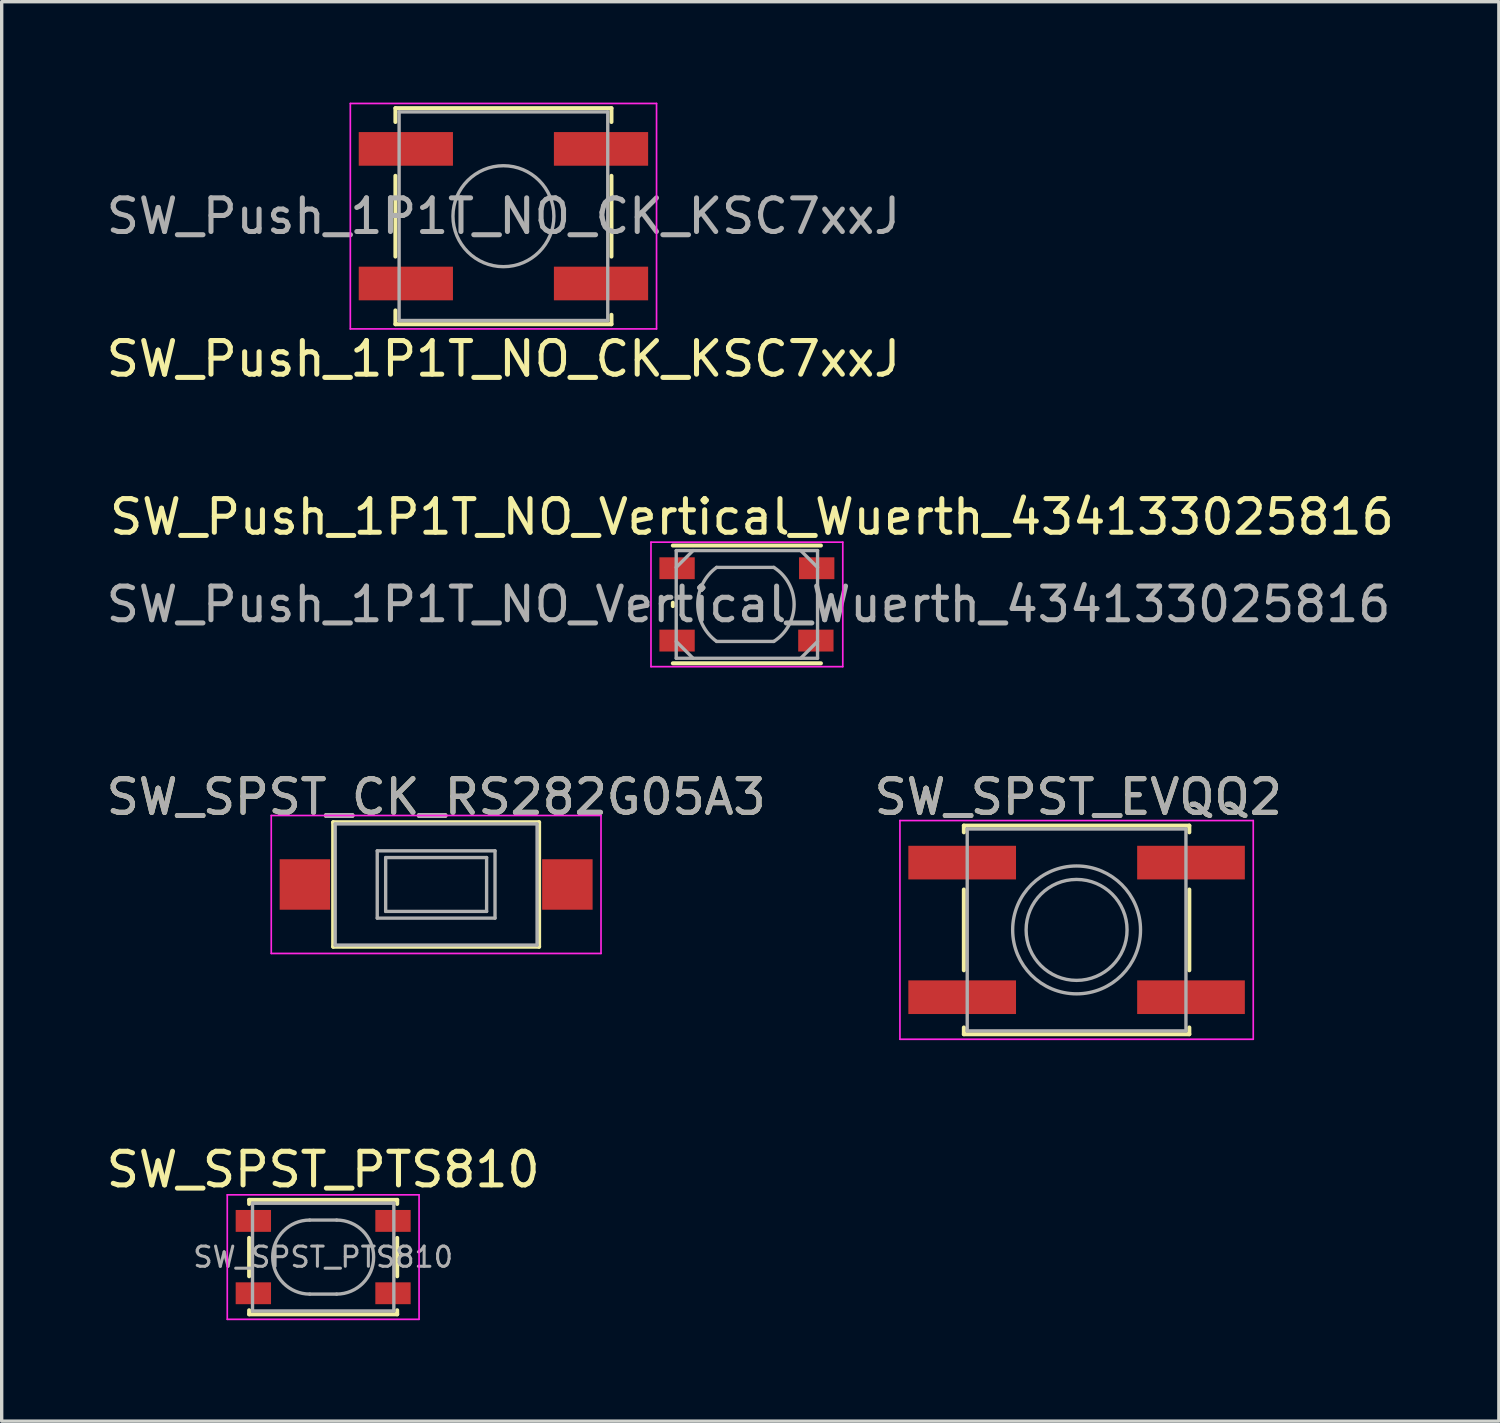
<source format=kicad_pcb>
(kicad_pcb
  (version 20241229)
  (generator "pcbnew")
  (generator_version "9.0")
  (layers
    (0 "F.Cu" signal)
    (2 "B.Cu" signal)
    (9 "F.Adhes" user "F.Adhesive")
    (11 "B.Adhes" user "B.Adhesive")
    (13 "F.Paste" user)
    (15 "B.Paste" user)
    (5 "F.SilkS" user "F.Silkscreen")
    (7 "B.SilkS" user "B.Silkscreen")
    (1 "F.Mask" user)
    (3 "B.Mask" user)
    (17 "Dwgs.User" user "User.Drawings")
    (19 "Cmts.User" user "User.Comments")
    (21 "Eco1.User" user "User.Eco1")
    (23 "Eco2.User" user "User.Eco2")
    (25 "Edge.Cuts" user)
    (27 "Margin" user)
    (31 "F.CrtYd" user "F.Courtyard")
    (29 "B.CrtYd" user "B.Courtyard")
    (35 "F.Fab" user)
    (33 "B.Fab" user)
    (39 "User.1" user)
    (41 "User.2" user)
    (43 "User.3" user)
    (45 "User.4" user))
  (footprint "SW_Push_1P1T_NO_CK_KSC7xxJ"
    (layer "F.Cu")
    (at 11.911 3.375)
    (property "Reference" "SW_Push_1P1T_NO_CK_KSC7xxJ" (at 0 4.24 0) (layer "F.SilkS") (effects (font (size 1 1) (thickness 0.15))))
    (attr smd)
    (fp_line (start -3.21 -3.21) (end -3.21 -2.8) (stroke (width 0.12) (type solid)) (layer "F.SilkS"))
    (fp_line (start -3.21 -1.2) (end -3.21 1.2) (stroke (width 0.12) (type solid)) (layer "F.SilkS"))
    (fp_line (start -3.21 2.8) (end -3.21 3.21) (stroke (width 0.12) (type solid)) (layer "F.SilkS"))
    (fp_line (start -3.21 3.21) (end 3.21 3.21) (stroke (width 0.12) (type solid)) (layer "F.SilkS"))
    (fp_line (start 3.21 -3.21) (end -3.21 -3.21) (stroke (width 0.12) (type solid)) (layer "F.SilkS"))
    (fp_line (start 3.21 -2.8) (end 3.21 -3.21) (stroke (width 0.12) (type solid)) (layer "F.SilkS"))
    (fp_line (start 3.21 1.2) (end 3.21 -1.2) (stroke (width 0.12) (type solid)) (layer "F.SilkS"))
    (fp_line (start 3.21 3.21) (end 3.21 2.93) (stroke (width 0.12) (type solid)) (layer "F.SilkS"))
    (fp_line (start -4.55 -3.35) (end 4.55 -3.35) (stroke (width 0.05) (type solid)) (layer "F.CrtYd"))
    (fp_line (start -4.55 3.35) (end -4.55 -3.35) (stroke (width 0.05) (type solid)) (layer "F.CrtYd"))
    (fp_line (start 4.55 -3.35) (end 4.55 3.35) (stroke (width 0.05) (type solid)) (layer "F.CrtYd"))
    (fp_line (start 4.55 3.35) (end -4.55 3.35) (stroke (width 0.05) (type solid)) (layer "F.CrtYd"))
    (fp_line (start -3.1 -3.1) (end 3.1 -3.1) (stroke (width 0.1) (type solid)) (layer "F.Fab"))
    (fp_line (start -3.1 3.1) (end -3.1 -3.1) (stroke (width 0.1) (type solid)) (layer "F.Fab"))
    (fp_line (start 3.1 -3.1) (end 3.1 3.1) (stroke (width 0.1) (type solid)) (layer "F.Fab"))
    (fp_line (start 3.1 3.1) (end -3.1 3.1) (stroke (width 0.1) (type solid)) (layer "F.Fab"))
    (fp_circle (center 0 0) (end 1.5 0) (stroke (width 0.1) (type solid)) (fill no) (layer "F.Fab"))
    (fp_text user "${REFERENCE}" (at 0 0 0) (layer "F.Fab") (effects (font (size 1 1) (thickness 0.15))))
    (pad "1" smd rect (at -2.9 -2) (size 2.8 1) (layers "F.Cu" "F.Mask" "F.Paste"))
    (pad "1" smd rect (at 2.9 -2) (size 2.8 1) (layers "F.Cu" "F.Mask" "F.Paste"))
    (pad "2" smd rect (at -2.9 2) (size 2.8 1) (layers "F.Cu" "F.Mask" "F.Paste"))
    (pad "2" smd rect (at 2.9 2) (size 2.8 1) (layers "F.Cu" "F.Mask" "F.Paste")))
  (footprint "SW_SPST_PTS810"
    (layer "F.Cu")
    (at 6.554 34.308)
    (property "Reference" "SW_SPST_PTS810" (at 0 -2.6 0) (layer "F.SilkS") (effects (font (size 1 1) (thickness 0.15))))
    (attr smd)
    (fp_line (start -2.2 -1.7) (end -2.2 -1.58) (stroke (width 0.12) (type solid)) (layer "F.SilkS"))
    (fp_line (start -2.2 -0.57) (end -2.2 0.57) (stroke (width 0.12) (type solid)) (layer "F.SilkS"))
    (fp_line (start -2.2 1.58) (end -2.2 1.7) (stroke (width 0.12) (type solid)) (layer "F.SilkS"))
    (fp_line (start -2.2 1.7) (end 2.2 1.7) (stroke (width 0.12) (type solid)) (layer "F.SilkS"))
    (fp_line (start 2.2 -1.7) (end -2.2 -1.7) (stroke (width 0.12) (type solid)) (layer "F.SilkS"))
    (fp_line (start 2.2 -1.58) (end 2.2 -1.7) (stroke (width 0.12) (type solid)) (layer "F.SilkS"))
    (fp_line (start 2.2 0.57) (end 2.2 -0.57) (stroke (width 0.12) (type solid)) (layer "F.SilkS"))
    (fp_line (start 2.2 1.7) (end 2.2 1.58) (stroke (width 0.12) (type solid)) (layer "F.SilkS"))
    (fp_line (start -2.85 -1.85) (end 2.85 -1.85) (stroke (width 0.05) (type solid)) (layer "F.CrtYd"))
    (fp_line (start -2.85 1.85) (end -2.85 -1.85) (stroke (width 0.05) (type solid)) (layer "F.CrtYd"))
    (fp_line (start 2.85 -1.85) (end 2.85 1.85) (stroke (width 0.05) (type solid)) (layer "F.CrtYd"))
    (fp_line (start 2.85 1.85) (end -2.85 1.85) (stroke (width 0.05) (type solid)) (layer "F.CrtYd"))
    (fp_line (start -2.1 -1.6) (end -2.1 1.6) (stroke (width 0.1) (type solid)) (layer "F.Fab"))
    (fp_line (start -2.1 1.6) (end 2.1 1.6) (stroke (width 0.1) (type solid)) (layer "F.Fab"))
    (fp_line (start -0.4 -1.1) (end 0.4 -1.1) (stroke (width 0.1) (type solid)) (layer "F.Fab"))
    (fp_line (start 0.4 1.1) (end -0.4 1.1) (stroke (width 0.1) (type solid)) (layer "F.Fab"))
    (fp_line (start 2.1 -1.6) (end -2.1 -1.6) (stroke (width 0.1) (type solid)) (layer "F.Fab"))
    (fp_line (start 2.1 1.6) (end 2.1 -1.6) (stroke (width 0.1) (type solid)) (layer "F.Fab"))
    (fp_arc (start -0.4 1.1) (mid -1.5 0) (end -0.4 -1.1) (stroke (width 0.1) (type solid)) (layer "F.Fab"))
    (fp_arc (start 0.4 -1.1) (mid 1.5 0) (end 0.4 1.1) (stroke (width 0.1) (type solid)) (layer "F.Fab"))
    (fp_text user "${REFERENCE}" (at 0 0 0) (layer "F.Fab") (effects (font (size 0.6 0.6) (thickness 0.09))))
    (pad "1" smd rect (at -2.075 -1.075) (size 1.05 0.65) (layers "F.Cu" "F.Mask" "F.Paste"))
    (pad "1" smd rect (at 2.075 -1.075) (size 1.05 0.65) (layers "F.Cu" "F.Mask" "F.Paste"))
    (pad "2" smd rect (at -2.075 1.075) (size 1.05 0.65) (layers "F.Cu" "F.Mask" "F.Paste"))
    (pad "2" smd rect (at 2.075 1.075) (size 1.05 0.65) (layers "F.Cu" "F.Mask" "F.Paste")))
  (footprint "SW_Push_1P1T_NO_Vertical_Wuerth_434133025816"
    (layer "F.Cu")
    (at 19.146 14.912)
    (property "Reference" "SW_Push_1P1T_NO_Vertical_Wuerth_434133025816" (at 0.15 -2.6 0) (layer "F.SilkS") (effects (font (size 1 1) (thickness 0.15))))
    (attr smd)
    (fp_line (start -2.2 0.05) (end -2.2 -0.05) (stroke (width 0.12) (type solid)) (layer "F.SilkS"))
    (fp_line (start -2.2 1.75) (end 2.2 1.75) (stroke (width 0.12) (type solid)) (layer "F.SilkS"))
    (fp_line (start 2.2 -1.75) (end -2.2 -1.75) (stroke (width 0.12) (type solid)) (layer "F.SilkS"))
    (fp_line (start 2.2 0.05) (end 2.2 -0.05) (stroke (width 0.12) (type solid)) (layer "F.SilkS"))
    (fp_line (start -2.85 -1.85) (end 2.85 -1.85) (stroke (width 0.05) (type solid)) (layer "F.CrtYd"))
    (fp_line (start -2.85 1.85) (end -2.85 -1.85) (stroke (width 0.05) (type solid)) (layer "F.CrtYd"))
    (fp_line (start 2.85 -1.85) (end 2.85 1.85) (stroke (width 0.05) (type solid)) (layer "F.CrtYd"))
    (fp_line (start 2.85 1.85) (end -2.85 1.85) (stroke (width 0.05) (type solid)) (layer "F.CrtYd"))
    (fp_line (start -2.1 -1.6) (end 2.1 -1.6) (stroke (width 0.1) (type solid)) (layer "F.Fab"))
    (fp_line (start -2.1 -1.1) (end -1.6 -1.6) (stroke (width 0.1) (type solid)) (layer "F.Fab"))
    (fp_line (start -2.1 1.1) (end -1.6 1.6) (stroke (width 0.1) (type solid)) (layer "F.Fab"))
    (fp_line (start -2.1 1.6) (end -2.1 -1.6) (stroke (width 0.1) (type solid)) (layer "F.Fab"))
    (fp_line (start -0.9 -1.1) (end 0.8 -1.1) (stroke (width 0.1) (type solid)) (layer "F.Fab"))
    (fp_line (start 0.8 1.1) (end -0.9 1.1) (stroke (width 0.1) (type solid)) (layer "F.Fab"))
    (fp_line (start 1.6 -1.6) (end 2.1 -1.1) (stroke (width 0.1) (type solid)) (layer "F.Fab"))
    (fp_line (start 1.6 1.6) (end 2.1 1.1) (stroke (width 0.1) (type solid)) (layer "F.Fab"))
    (fp_line (start 2.1 -1.6) (end 2.1 1.6) (stroke (width 0.1) (type solid)) (layer "F.Fab"))
    (fp_line (start 2.1 1.6) (end -2.1 1.6) (stroke (width 0.1) (type solid)) (layer "F.Fab"))
    (fp_arc (start -0.9 1.099999) (mid -1.460147 0) (end -0.9 -1.099999) (stroke (width 0.1) (type solid)) (layer "F.Fab"))
    (fp_arc (start 0.8 -1.099999) (mid 1.40384 0) (end 0.799999 1.099999) (stroke (width 0.1) (type solid)) (layer "F.Fab"))
    (fp_text user "${REFERENCE}" (at 0.05 0 0) (layer "F.Fab") (effects (font (size 1 1) (thickness 0.15))))
    (pad "1" smd rect (at -2.075 -1.075) (size 1.05 0.65) (layers "F.Cu" "F.Mask" "F.Paste"))
    (pad "1" smd rect (at 2.075 -1.075) (size 1.05 0.65) (layers "F.Cu" "F.Mask" "F.Paste"))
    (pad "2" smd rect (at -2.075 1.075) (size 1.05 0.65) (layers "F.Cu" "F.Mask" "F.Paste"))
    (pad "2" smd rect (at 2.05 1.075) (size 1.05 0.65) (layers "F.Cu" "F.Mask" "F.Paste")))
  (footprint "SW_SPST_EVQQ2"
    (layer "F.Cu")
    (at 28.944 24.585)
    (property "Reference" "SW_SPST_EVQQ2" (at 0.05 -3.95 0) (layer "F.SilkS") (effects (font (size 1 1) (thickness 0.15))))
    (attr smd)
    (fp_line (start -3.35 -3.1) (end -3.35 -2.9) (stroke (width 0.12) (type solid)) (layer "F.SilkS"))
    (fp_line (start -3.35 -1.2) (end -3.35 1.2) (stroke (width 0.12) (type solid)) (layer "F.SilkS"))
    (fp_line (start -3.35 3.1) (end -3.35 2.9) (stroke (width 0.12) (type solid)) (layer "F.SilkS"))
    (fp_line (start -3.35 3.1) (end 3.35 3.1) (stroke (width 0.12) (type solid)) (layer "F.SilkS"))
    (fp_line (start 3.35 -3.1) (end -3.35 -3.1) (stroke (width 0.12) (type solid)) (layer "F.SilkS"))
    (fp_line (start 3.35 -3.1) (end 3.35 -2.9) (stroke (width 0.12) (type solid)) (layer "F.SilkS"))
    (fp_line (start 3.35 -1.2) (end 3.35 1.2) (stroke (width 0.12) (type solid)) (layer "F.SilkS"))
    (fp_line (start 3.35 3.1) (end 3.35 2.9) (stroke (width 0.12) (type solid)) (layer "F.SilkS"))
    (fp_line (start -5.25 -3.25) (end 5.25 -3.25) (stroke (width 0.05) (type solid)) (layer "F.CrtYd"))
    (fp_line (start -5.25 3.25) (end -5.25 -3.25) (stroke (width 0.05) (type solid)) (layer "F.CrtYd"))
    (fp_line (start 5.25 -3.25) (end 5.25 3.25) (stroke (width 0.05) (type solid)) (layer "F.CrtYd"))
    (fp_line (start 5.25 3.25) (end -5.25 3.25) (stroke (width 0.05) (type solid)) (layer "F.CrtYd"))
    (fp_line (start -3.25 -3) (end 3.25 -3) (stroke (width 0.1) (type solid)) (layer "F.Fab"))
    (fp_line (start -3.25 3) (end -3.25 -3) (stroke (width 0.1) (type solid)) (layer "F.Fab"))
    (fp_line (start 3.25 -3) (end 3.25 3) (stroke (width 0.1) (type solid)) (layer "F.Fab"))
    (fp_line (start 3.25 3) (end -3.25 3) (stroke (width 0.1) (type solid)) (layer "F.Fab"))
    (fp_circle (center 0 0) (end 1.5 0) (stroke (width 0.1) (type solid)) (fill no) (layer "F.Fab"))
    (fp_circle (center 0 0) (end 1.9 0) (stroke (width 0.1) (type solid)) (fill no) (layer "F.Fab"))
    (fp_text user "${REFERENCE}" (at 0.05 -3.95 0) (layer "F.Fab") (effects (font (size 1 1) (thickness 0.15))))
    (pad "1" smd rect (at -3.4 -2) (size 3.2 1) (layers "F.Cu" "F.Mask" "F.Paste"))
    (pad "1" smd rect (at 3.4 -2) (size 3.2 1) (layers "F.Cu" "F.Mask" "F.Paste"))
    (pad "2" smd rect (at -3.4 2) (size 3.2 1) (layers "F.Cu" "F.Mask" "F.Paste"))
    (pad "2" smd rect (at 3.4 2) (size 3.2 1) (layers "F.Cu" "F.Mask" "F.Paste")))
  (footprint "SW_SPST_CK_RS282G05A3"
    (layer "F.Cu")
    (at 9.911 23.235)
    (property "Reference" "SW_SPST_CK_RS282G05A3" (at 0 -2.6 0) (layer "F.SilkS") (effects (font (size 1 1) (thickness 0.15))))
    (attr smd)
    (fp_line (start -3.06 -1.85) (end 3.06 -1.85) (stroke (width 0.12) (type solid)) (layer "F.SilkS"))
    (fp_line (start -3.06 1.85) (end -3.06 -1.85) (stroke (width 0.12) (type solid)) (layer "F.SilkS"))
    (fp_line (start 3.06 -1.85) (end 3.06 1.85) (stroke (width 0.12) (type solid)) (layer "F.SilkS"))
    (fp_line (start 3.06 1.85) (end -3.06 1.85) (stroke (width 0.12) (type solid)) (layer "F.SilkS"))
    (fp_line (start -4.9 -2.05) (end 4.9 -2.05) (stroke (width 0.05) (type solid)) (layer "F.CrtYd"))
    (fp_line (start -4.9 2.05) (end -4.9 -2.05) (stroke (width 0.05) (type solid)) (layer "F.CrtYd"))
    (fp_line (start 4.9 -2.05) (end 4.9 2.05) (stroke (width 0.05) (type solid)) (layer "F.CrtYd"))
    (fp_line (start 4.9 2.05) (end -4.9 2.05) (stroke (width 0.05) (type solid)) (layer "F.CrtYd"))
    (fp_line (start -3 -1.8) (end -3 1.8) (stroke (width 0.1) (type solid)) (layer "F.Fab"))
    (fp_line (start -3 -1.8) (end 3 -1.8) (stroke (width 0.1) (type solid)) (layer "F.Fab"))
    (fp_line (start -3 1.8) (end 3 1.8) (stroke (width 0.1) (type solid)) (layer "F.Fab"))
    (fp_line (start -1.75 -1) (end 1.75 -1) (stroke (width 0.1) (type solid)) (layer "F.Fab"))
    (fp_line (start -1.75 1) (end -1.75 -1) (stroke (width 0.1) (type solid)) (layer "F.Fab"))
    (fp_line (start -1.5 -0.8) (end -1.5 0.8) (stroke (width 0.1) (type solid)) (layer "F.Fab"))
    (fp_line (start -1.5 -0.8) (end 1.5 -0.8) (stroke (width 0.1) (type solid)) (layer "F.Fab"))
    (fp_line (start -1.5 0.8) (end 1.5 0.8) (stroke (width 0.1) (type solid)) (layer "F.Fab"))
    (fp_line (start 1.5 -0.8) (end 1.5 0.8) (stroke (width 0.1) (type solid)) (layer "F.Fab"))
    (fp_line (start 1.75 -1) (end 1.75 1) (stroke (width 0.1) (type solid)) (layer "F.Fab"))
    (fp_line (start 1.75 1) (end -1.75 1) (stroke (width 0.1) (type solid)) (layer "F.Fab"))
    (fp_line (start 3 -1.8) (end 3 1.8) (stroke (width 0.1) (type solid)) (layer "F.Fab"))
    (fp_text user "${REFERENCE}" (at 0 -2.6 0) (layer "F.Fab") (effects (font (size 1 1) (thickness 0.15))))
    (pad "1" smd rect (at -3.9 0) (size 1.5 1.5) (layers "F.Cu" "F.Mask" "F.Paste"))
    (pad "2" smd rect (at 3.9 0) (size 1.5 1.5) (layers "F.Cu" "F.Mask" "F.Paste")))
  (gr_rect
    (start -3 -3)
    (end 41.493 39.183)
    (stroke (width 0.1) (type default))
    (fill no)
    (layer "Edge.Cuts")))
</source>
